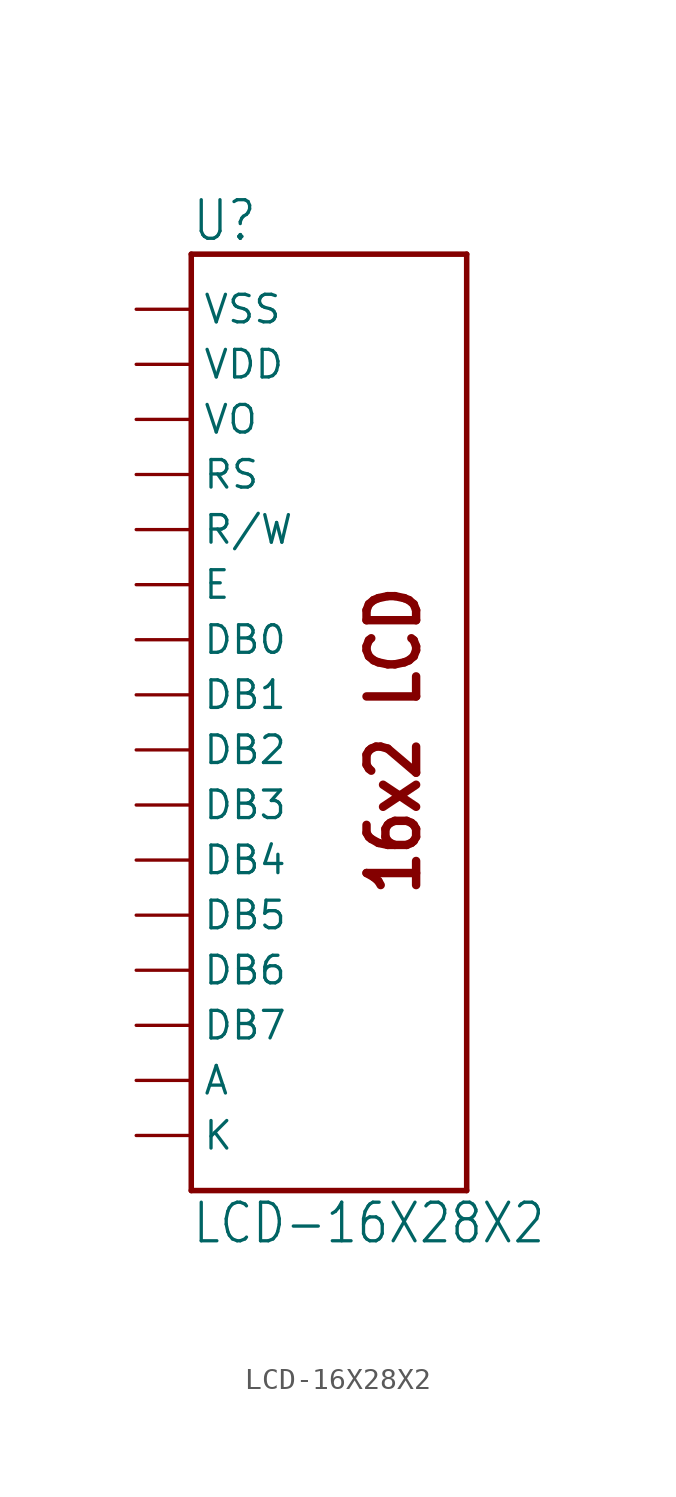
<source format=kicad_sym>
(kicad_symbol_lib
  (version 20211014)
  (generator kicad_symbol_editor)
  (symbol "LCD-16X28X2"
    (property "Reference" "U"
      (at -7.62 23.368 0)
      (effects (font (size 1.778 1.511)) (justify left bottom)))
    (property "Value" "LCD-16X28X2"
      (at -7.62 -22.86 0)
      (effects (font (size 1.778 1.511)) (justify left bottom)))
    (property "ki_locked" ""
      (at 0 0 0)
      (effects (font (size 1.27 1.27))))
    (symbol "LCD-16X28X2_1_0"
      (polyline (pts (xy -7.62 -20.32) (xy 5.08 -20.32)) (stroke (width 0.254) (type default) (color 0 0 0 0)) (fill (type none)))
      (polyline (pts (xy -7.62 22.86) (xy -7.62 -20.32)) (stroke (width 0.254) (type default) (color 0 0 0 0)) (fill (type none)))
      (polyline (pts (xy 5.08 -20.32) (xy 5.08 22.86)) (stroke (width 0.254) (type default) (color 0 0 0 0)) (fill (type none)))
      (polyline (pts (xy 5.08 22.86) (xy -7.62 22.86)) (stroke (width 0.254) (type default) (color 0 0 0 0)) (fill (type none)))
      (text "16x2 LCD" (at 3.048 -6.858 900) (effects (font (size 2.286 1.943) (thickness 0.389) bold) (justify left bottom)))
      (pin power_in line (at -10.16 20.32 0) (length 2.54) (name "VSS" (effects (font (size 1.27 1.27)))) (number "1" (effects (font (size 0 0)))))
      (pin bidirectional line (at -10.16 -2.54 0) (length 2.54) (name "DB3" (effects (font (size 1.27 1.27)))) (number "10" (effects (font (size 0 0)))))
      (pin bidirectional line (at -10.16 -5.08 0) (length 2.54) (name "DB4" (effects (font (size 1.27 1.27)))) (number "11" (effects (font (size 0 0)))))
      (pin bidirectional line (at -10.16 -7.62 0) (length 2.54) (name "DB5" (effects (font (size 1.27 1.27)))) (number "12" (effects (font (size 0 0)))))
      (pin bidirectional line (at -10.16 -10.16 0) (length 2.54) (name "DB6" (effects (font (size 1.27 1.27)))) (number "13" (effects (font (size 0 0)))))
      (pin bidirectional line (at -10.16 -12.7 0) (length 2.54) (name "DB7" (effects (font (size 1.27 1.27)))) (number "14" (effects (font (size 0 0)))))
      (pin power_in line (at -10.16 -15.24 0) (length 2.54) (name "A" (effects (font (size 1.27 1.27)))) (number "15" (effects (font (size 0 0)))))
      (pin power_in line (at -10.16 -17.78 0) (length 2.54) (name "K" (effects (font (size 1.27 1.27)))) (number "16" (effects (font (size 0 0)))))
      (pin power_in line (at -10.16 17.78 0) (length 2.54) (name "VDD" (effects (font (size 1.27 1.27)))) (number "2" (effects (font (size 0 0)))))
      (pin bidirectional line (at -10.16 15.24 0) (length 2.54) (name "VO" (effects (font (size 1.27 1.27)))) (number "3" (effects (font (size 0 0)))))
      (pin input line (at -10.16 12.7 0) (length 2.54) (name "RS" (effects (font (size 1.27 1.27)))) (number "4" (effects (font (size 0 0)))))
      (pin input line (at -10.16 10.16 0) (length 2.54) (name "R/W" (effects (font (size 1.27 1.27)))) (number "5" (effects (font (size 0 0)))))
      (pin input line (at -10.16 7.62 0) (length 2.54) (name "E" (effects (font (size 1.27 1.27)))) (number "6" (effects (font (size 0 0)))))
      (pin bidirectional line (at -10.16 5.08 0) (length 2.54) (name "DB0" (effects (font (size 1.27 1.27)))) (number "7" (effects (font (size 0 0)))))
      (pin bidirectional line (at -10.16 2.54 0) (length 2.54) (name "DB1" (effects (font (size 1.27 1.27)))) (number "8" (effects (font (size 0 0)))))
      (pin bidirectional line (at -10.16 0 0) (length 2.54) (name "DB2" (effects (font (size 1.27 1.27)))) (number "9" (effects (font (size 0 0))))))))
</source>
